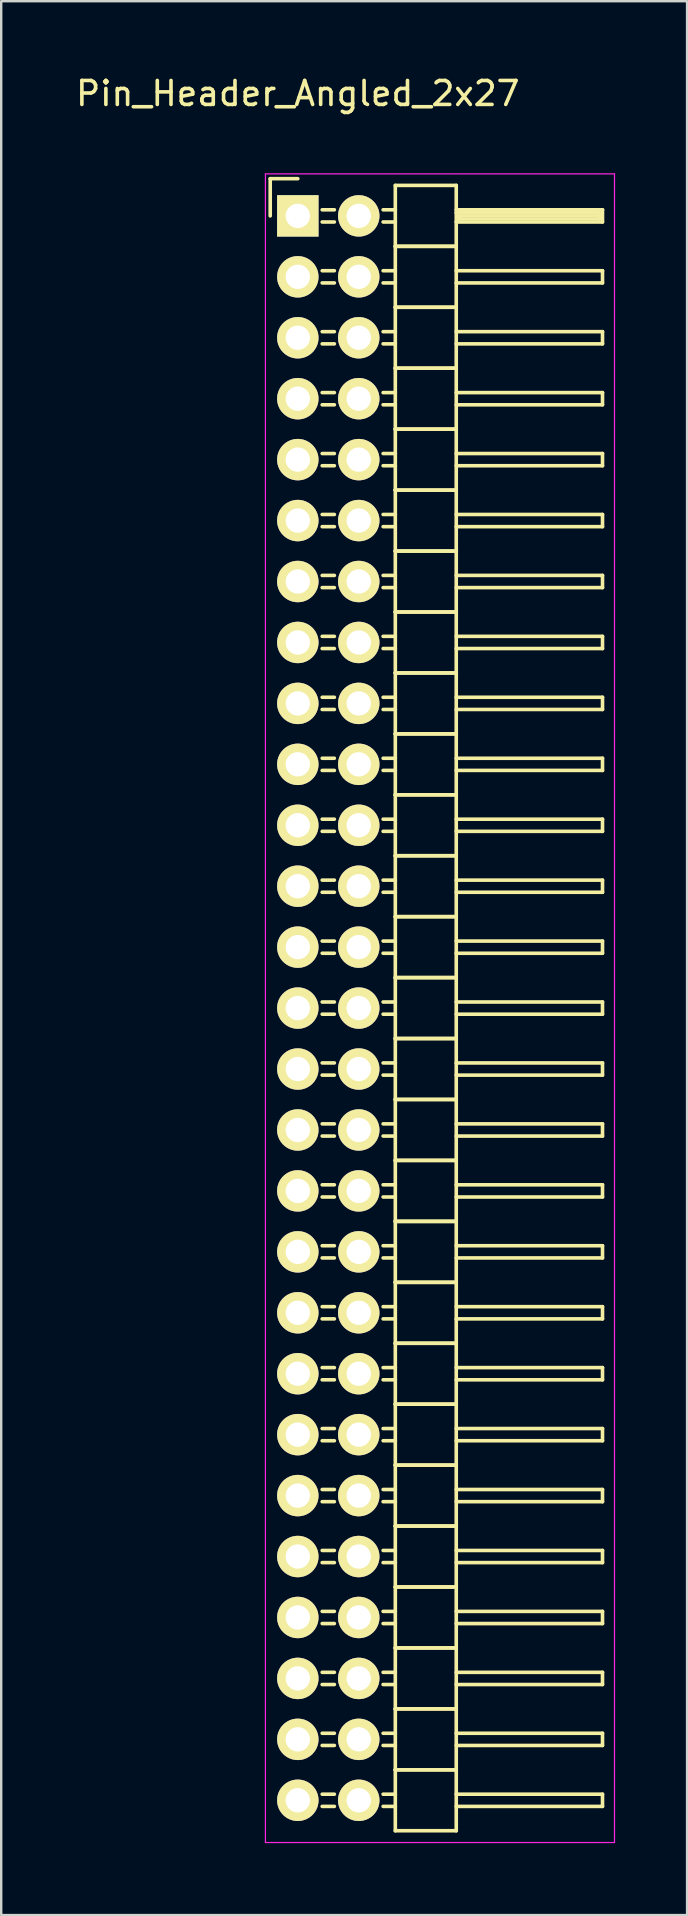
<source format=kicad_pcb>
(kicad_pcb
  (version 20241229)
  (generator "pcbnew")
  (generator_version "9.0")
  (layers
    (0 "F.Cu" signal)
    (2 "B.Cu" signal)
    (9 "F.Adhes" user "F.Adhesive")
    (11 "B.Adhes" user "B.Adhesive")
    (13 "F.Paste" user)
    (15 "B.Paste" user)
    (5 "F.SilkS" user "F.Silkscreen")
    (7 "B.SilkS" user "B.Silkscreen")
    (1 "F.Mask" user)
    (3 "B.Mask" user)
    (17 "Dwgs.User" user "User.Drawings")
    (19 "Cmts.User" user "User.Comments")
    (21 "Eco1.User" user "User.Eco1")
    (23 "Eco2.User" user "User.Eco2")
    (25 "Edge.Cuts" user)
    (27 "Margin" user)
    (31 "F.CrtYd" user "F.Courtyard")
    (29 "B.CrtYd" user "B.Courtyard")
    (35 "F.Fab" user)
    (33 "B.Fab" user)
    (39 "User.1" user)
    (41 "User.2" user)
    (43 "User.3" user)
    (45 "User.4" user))
  (footprint "Pin_Header_Angled_2x27"
    (layer "F.Cu")
    (at 9.363 5.948)
    (property "Reference" "Pin_Header_Angled_2x27" (at 0 -5.1 0) (layer "F.SilkS") (effects (font (size 1 1) (thickness 0.15))))
    (attr through_hole)
    (fp_line (start -1.15 -1.55) (end -1.15 0) (stroke (width 0.15) (type solid)) (layer "F.SilkS"))
    (fp_line (start 0 -1.55) (end -1.15 -1.55) (stroke (width 0.15) (type solid)) (layer "F.SilkS"))
    (fp_line (start 1.524 -0.254) (end 1.016 -0.254) (stroke (width 0.15) (type solid)) (layer "F.SilkS"))
    (fp_line (start 1.524 0.254) (end 1.016 0.254) (stroke (width 0.15) (type solid)) (layer "F.SilkS"))
    (fp_line (start 1.524 2.286) (end 1.016 2.286) (stroke (width 0.15) (type solid)) (layer "F.SilkS"))
    (fp_line (start 1.524 2.794) (end 1.016 2.794) (stroke (width 0.15) (type solid)) (layer "F.SilkS"))
    (fp_line (start 1.524 4.826) (end 1.016 4.826) (stroke (width 0.15) (type solid)) (layer "F.SilkS"))
    (fp_line (start 1.524 5.334) (end 1.016 5.334) (stroke (width 0.15) (type solid)) (layer "F.SilkS"))
    (fp_line (start 1.524 7.366) (end 1.016 7.366) (stroke (width 0.15) (type solid)) (layer "F.SilkS"))
    (fp_line (start 1.524 7.874) (end 1.016 7.874) (stroke (width 0.15) (type solid)) (layer "F.SilkS"))
    (fp_line (start 1.524 9.906) (end 1.016 9.906) (stroke (width 0.15) (type solid)) (layer "F.SilkS"))
    (fp_line (start 1.524 10.414) (end 1.016 10.414) (stroke (width 0.15) (type solid)) (layer "F.SilkS"))
    (fp_line (start 1.524 12.446) (end 1.016 12.446) (stroke (width 0.15) (type solid)) (layer "F.SilkS"))
    (fp_line (start 1.524 12.954) (end 1.016 12.954) (stroke (width 0.15) (type solid)) (layer "F.SilkS"))
    (fp_line (start 1.524 14.986) (end 1.016 14.986) (stroke (width 0.15) (type solid)) (layer "F.SilkS"))
    (fp_line (start 1.524 15.494) (end 1.016 15.494) (stroke (width 0.15) (type solid)) (layer "F.SilkS"))
    (fp_line (start 1.524 17.526) (end 1.016 17.526) (stroke (width 0.15) (type solid)) (layer "F.SilkS"))
    (fp_line (start 1.524 18.034) (end 1.016 18.034) (stroke (width 0.15) (type solid)) (layer "F.SilkS"))
    (fp_line (start 1.524 20.066) (end 1.016 20.066) (stroke (width 0.15) (type solid)) (layer "F.SilkS"))
    (fp_line (start 1.524 20.574) (end 1.016 20.574) (stroke (width 0.15) (type solid)) (layer "F.SilkS"))
    (fp_line (start 1.524 22.606) (end 1.016 22.606) (stroke (width 0.15) (type solid)) (layer "F.SilkS"))
    (fp_line (start 1.524 23.114) (end 1.016 23.114) (stroke (width 0.15) (type solid)) (layer "F.SilkS"))
    (fp_line (start 1.524 25.146) (end 1.016 25.146) (stroke (width 0.15) (type solid)) (layer "F.SilkS"))
    (fp_line (start 1.524 25.654) (end 1.016 25.654) (stroke (width 0.15) (type solid)) (layer "F.SilkS"))
    (fp_line (start 1.524 27.686) (end 1.016 27.686) (stroke (width 0.15) (type solid)) (layer "F.SilkS"))
    (fp_line (start 1.524 28.194) (end 1.016 28.194) (stroke (width 0.15) (type solid)) (layer "F.SilkS"))
    (fp_line (start 1.524 30.226) (end 1.016 30.226) (stroke (width 0.15) (type solid)) (layer "F.SilkS"))
    (fp_line (start 1.524 30.734) (end 1.016 30.734) (stroke (width 0.15) (type solid)) (layer "F.SilkS"))
    (fp_line (start 1.524 32.766) (end 1.016 32.766) (stroke (width 0.15) (type solid)) (layer "F.SilkS"))
    (fp_line (start 1.524 33.274) (end 1.016 33.274) (stroke (width 0.15) (type solid)) (layer "F.SilkS"))
    (fp_line (start 1.524 35.306) (end 1.016 35.306) (stroke (width 0.15) (type solid)) (layer "F.SilkS"))
    (fp_line (start 1.524 35.814) (end 1.016 35.814) (stroke (width 0.15) (type solid)) (layer "F.SilkS"))
    (fp_line (start 1.524 37.846) (end 1.016 37.846) (stroke (width 0.15) (type solid)) (layer "F.SilkS"))
    (fp_line (start 1.524 38.354) (end 1.016 38.354) (stroke (width 0.15) (type solid)) (layer "F.SilkS"))
    (fp_line (start 1.524 40.386) (end 1.016 40.386) (stroke (width 0.15) (type solid)) (layer "F.SilkS"))
    (fp_line (start 1.524 40.894) (end 1.016 40.894) (stroke (width 0.15) (type solid)) (layer "F.SilkS"))
    (fp_line (start 1.524 42.926) (end 1.016 42.926) (stroke (width 0.15) (type solid)) (layer "F.SilkS"))
    (fp_line (start 1.524 43.434) (end 1.016 43.434) (stroke (width 0.15) (type solid)) (layer "F.SilkS"))
    (fp_line (start 1.524 45.466) (end 1.016 45.466) (stroke (width 0.15) (type solid)) (layer "F.SilkS"))
    (fp_line (start 1.524 45.974) (end 1.016 45.974) (stroke (width 0.15) (type solid)) (layer "F.SilkS"))
    (fp_line (start 1.524 48.006) (end 1.016 48.006) (stroke (width 0.15) (type solid)) (layer "F.SilkS"))
    (fp_line (start 1.524 48.514) (end 1.016 48.514) (stroke (width 0.15) (type solid)) (layer "F.SilkS"))
    (fp_line (start 1.524 50.546) (end 1.016 50.546) (stroke (width 0.15) (type solid)) (layer "F.SilkS"))
    (fp_line (start 1.524 51.054) (end 1.016 51.054) (stroke (width 0.15) (type solid)) (layer "F.SilkS"))
    (fp_line (start 1.524 53.086) (end 1.016 53.086) (stroke (width 0.15) (type solid)) (layer "F.SilkS"))
    (fp_line (start 1.524 53.594) (end 1.016 53.594) (stroke (width 0.15) (type solid)) (layer "F.SilkS"))
    (fp_line (start 1.524 55.626) (end 1.016 55.626) (stroke (width 0.15) (type solid)) (layer "F.SilkS"))
    (fp_line (start 1.524 56.134) (end 1.016 56.134) (stroke (width 0.15) (type solid)) (layer "F.SilkS"))
    (fp_line (start 1.524 58.166) (end 1.016 58.166) (stroke (width 0.15) (type solid)) (layer "F.SilkS"))
    (fp_line (start 1.524 58.674) (end 1.016 58.674) (stroke (width 0.15) (type solid)) (layer "F.SilkS"))
    (fp_line (start 1.524 60.706) (end 1.016 60.706) (stroke (width 0.15) (type solid)) (layer "F.SilkS"))
    (fp_line (start 1.524 61.214) (end 1.016 61.214) (stroke (width 0.15) (type solid)) (layer "F.SilkS"))
    (fp_line (start 1.524 63.246) (end 1.016 63.246) (stroke (width 0.15) (type solid)) (layer "F.SilkS"))
    (fp_line (start 1.524 63.754) (end 1.016 63.754) (stroke (width 0.15) (type solid)) (layer "F.SilkS"))
    (fp_line (start 1.524 65.786) (end 1.016 65.786) (stroke (width 0.15) (type solid)) (layer "F.SilkS"))
    (fp_line (start 1.524 66.294) (end 1.016 66.294) (stroke (width 0.15) (type solid)) (layer "F.SilkS"))
    (fp_line (start 4.064 -1.27) (end 4.064 1.27) (stroke (width 0.15) (type solid)) (layer "F.SilkS"))
    (fp_line (start 4.064 -1.27) (end 6.604 -1.27) (stroke (width 0.15) (type solid)) (layer "F.SilkS"))
    (fp_line (start 4.064 -0.254) (end 3.556 -0.254) (stroke (width 0.15) (type solid)) (layer "F.SilkS"))
    (fp_line (start 4.064 0.254) (end 3.556 0.254) (stroke (width 0.15) (type solid)) (layer "F.SilkS"))
    (fp_line (start 4.064 1.27) (end 4.064 3.81) (stroke (width 0.15) (type solid)) (layer "F.SilkS"))
    (fp_line (start 4.064 1.27) (end 6.604 1.27) (stroke (width 0.15) (type solid)) (layer "F.SilkS"))
    (fp_line (start 4.064 1.27) (end 6.604 1.27) (stroke (width 0.15) (type solid)) (layer "F.SilkS"))
    (fp_line (start 4.064 2.286) (end 3.556 2.286) (stroke (width 0.15) (type solid)) (layer "F.SilkS"))
    (fp_line (start 4.064 2.794) (end 3.556 2.794) (stroke (width 0.15) (type solid)) (layer "F.SilkS"))
    (fp_line (start 4.064 3.81) (end 4.064 6.35) (stroke (width 0.15) (type solid)) (layer "F.SilkS"))
    (fp_line (start 4.064 3.81) (end 6.604 3.81) (stroke (width 0.15) (type solid)) (layer "F.SilkS"))
    (fp_line (start 4.064 3.81) (end 6.604 3.81) (stroke (width 0.15) (type solid)) (layer "F.SilkS"))
    (fp_line (start 4.064 4.826) (end 3.556 4.826) (stroke (width 0.15) (type solid)) (layer "F.SilkS"))
    (fp_line (start 4.064 5.334) (end 3.556 5.334) (stroke (width 0.15) (type solid)) (layer "F.SilkS"))
    (fp_line (start 4.064 6.35) (end 4.064 8.89) (stroke (width 0.15) (type solid)) (layer "F.SilkS"))
    (fp_line (start 4.064 6.35) (end 6.604 6.35) (stroke (width 0.15) (type solid)) (layer "F.SilkS"))
    (fp_line (start 4.064 6.35) (end 6.604 6.35) (stroke (width 0.15) (type solid)) (layer "F.SilkS"))
    (fp_line (start 4.064 7.366) (end 3.556 7.366) (stroke (width 0.15) (type solid)) (layer "F.SilkS"))
    (fp_line (start 4.064 7.874) (end 3.556 7.874) (stroke (width 0.15) (type solid)) (layer "F.SilkS"))
    (fp_line (start 4.064 8.89) (end 4.064 11.43) (stroke (width 0.15) (type solid)) (layer "F.SilkS"))
    (fp_line (start 4.064 8.89) (end 6.604 8.89) (stroke (width 0.15) (type solid)) (layer "F.SilkS"))
    (fp_line (start 4.064 8.89) (end 6.604 8.89) (stroke (width 0.15) (type solid)) (layer "F.SilkS"))
    (fp_line (start 4.064 9.906) (end 3.556 9.906) (stroke (width 0.15) (type solid)) (layer "F.SilkS"))
    (fp_line (start 4.064 10.414) (end 3.556 10.414) (stroke (width 0.15) (type solid)) (layer "F.SilkS"))
    (fp_line (start 4.064 11.43) (end 4.064 13.97) (stroke (width 0.15) (type solid)) (layer "F.SilkS"))
    (fp_line (start 4.064 11.43) (end 6.604 11.43) (stroke (width 0.15) (type solid)) (layer "F.SilkS"))
    (fp_line (start 4.064 11.43) (end 6.604 11.43) (stroke (width 0.15) (type solid)) (layer "F.SilkS"))
    (fp_line (start 4.064 12.446) (end 3.556 12.446) (stroke (width 0.15) (type solid)) (layer "F.SilkS"))
    (fp_line (start 4.064 12.954) (end 3.556 12.954) (stroke (width 0.15) (type solid)) (layer "F.SilkS"))
    (fp_line (start 4.064 13.97) (end 4.064 16.51) (stroke (width 0.15) (type solid)) (layer "F.SilkS"))
    (fp_line (start 4.064 13.97) (end 6.604 13.97) (stroke (width 0.15) (type solid)) (layer "F.SilkS"))
    (fp_line (start 4.064 13.97) (end 6.604 13.97) (stroke (width 0.15) (type solid)) (layer "F.SilkS"))
    (fp_line (start 4.064 14.986) (end 3.556 14.986) (stroke (width 0.15) (type solid)) (layer "F.SilkS"))
    (fp_line (start 4.064 15.494) (end 3.556 15.494) (stroke (width 0.15) (type solid)) (layer "F.SilkS"))
    (fp_line (start 4.064 16.51) (end 4.064 19.05) (stroke (width 0.15) (type solid)) (layer "F.SilkS"))
    (fp_line (start 4.064 16.51) (end 6.604 16.51) (stroke (width 0.15) (type solid)) (layer "F.SilkS"))
    (fp_line (start 4.064 16.51) (end 6.604 16.51) (stroke (width 0.15) (type solid)) (layer "F.SilkS"))
    (fp_line (start 4.064 17.526) (end 3.556 17.526) (stroke (width 0.15) (type solid)) (layer "F.SilkS"))
    (fp_line (start 4.064 18.034) (end 3.556 18.034) (stroke (width 0.15) (type solid)) (layer "F.SilkS"))
    (fp_line (start 4.064 19.05) (end 4.064 21.59) (stroke (width 0.15) (type solid)) (layer "F.SilkS"))
    (fp_line (start 4.064 19.05) (end 6.604 19.05) (stroke (width 0.15) (type solid)) (layer "F.SilkS"))
    (fp_line (start 4.064 19.05) (end 6.604 19.05) (stroke (width 0.15) (type solid)) (layer "F.SilkS"))
    (fp_line (start 4.064 20.066) (end 3.556 20.066) (stroke (width 0.15) (type solid)) (layer "F.SilkS"))
    (fp_line (start 4.064 20.574) (end 3.556 20.574) (stroke (width 0.15) (type solid)) (layer "F.SilkS"))
    (fp_line (start 4.064 21.59) (end 4.064 24.13) (stroke (width 0.15) (type solid)) (layer "F.SilkS"))
    (fp_line (start 4.064 21.59) (end 6.604 21.59) (stroke (width 0.15) (type solid)) (layer "F.SilkS"))
    (fp_line (start 4.064 21.59) (end 6.604 21.59) (stroke (width 0.15) (type solid)) (layer "F.SilkS"))
    (fp_line (start 4.064 22.606) (end 3.556 22.606) (stroke (width 0.15) (type solid)) (layer "F.SilkS"))
    (fp_line (start 4.064 23.114) (end 3.556 23.114) (stroke (width 0.15) (type solid)) (layer "F.SilkS"))
    (fp_line (start 4.064 24.13) (end 4.064 26.67) (stroke (width 0.15) (type solid)) (layer "F.SilkS"))
    (fp_line (start 4.064 24.13) (end 6.604 24.13) (stroke (width 0.15) (type solid)) (layer "F.SilkS"))
    (fp_line (start 4.064 24.13) (end 6.604 24.13) (stroke (width 0.15) (type solid)) (layer "F.SilkS"))
    (fp_line (start 4.064 25.146) (end 3.556 25.146) (stroke (width 0.15) (type solid)) (layer "F.SilkS"))
    (fp_line (start 4.064 25.654) (end 3.556 25.654) (stroke (width 0.15) (type solid)) (layer "F.SilkS"))
    (fp_line (start 4.064 26.67) (end 4.064 29.21) (stroke (width 0.15) (type solid)) (layer "F.SilkS"))
    (fp_line (start 4.064 26.67) (end 6.604 26.67) (stroke (width 0.15) (type solid)) (layer "F.SilkS"))
    (fp_line (start 4.064 26.67) (end 6.604 26.67) (stroke (width 0.15) (type solid)) (layer "F.SilkS"))
    (fp_line (start 4.064 27.686) (end 3.556 27.686) (stroke (width 0.15) (type solid)) (layer "F.SilkS"))
    (fp_line (start 4.064 28.194) (end 3.556 28.194) (stroke (width 0.15) (type solid)) (layer "F.SilkS"))
    (fp_line (start 4.064 29.21) (end 4.064 31.75) (stroke (width 0.15) (type solid)) (layer "F.SilkS"))
    (fp_line (start 4.064 29.21) (end 6.604 29.21) (stroke (width 0.15) (type solid)) (layer "F.SilkS"))
    (fp_line (start 4.064 29.21) (end 6.604 29.21) (stroke (width 0.15) (type solid)) (layer "F.SilkS"))
    (fp_line (start 4.064 30.226) (end 3.556 30.226) (stroke (width 0.15) (type solid)) (layer "F.SilkS"))
    (fp_line (start 4.064 30.734) (end 3.556 30.734) (stroke (width 0.15) (type solid)) (layer "F.SilkS"))
    (fp_line (start 4.064 31.75) (end 4.064 34.29) (stroke (width 0.15) (type solid)) (layer "F.SilkS"))
    (fp_line (start 4.064 31.75) (end 6.604 31.75) (stroke (width 0.15) (type solid)) (layer "F.SilkS"))
    (fp_line (start 4.064 31.75) (end 6.604 31.75) (stroke (width 0.15) (type solid)) (layer "F.SilkS"))
    (fp_line (start 4.064 32.766) (end 3.556 32.766) (stroke (width 0.15) (type solid)) (layer "F.SilkS"))
    (fp_line (start 4.064 33.274) (end 3.556 33.274) (stroke (width 0.15) (type solid)) (layer "F.SilkS"))
    (fp_line (start 4.064 34.29) (end 4.064 36.83) (stroke (width 0.15) (type solid)) (layer "F.SilkS"))
    (fp_line (start 4.064 34.29) (end 6.604 34.29) (stroke (width 0.15) (type solid)) (layer "F.SilkS"))
    (fp_line (start 4.064 34.29) (end 6.604 34.29) (stroke (width 0.15) (type solid)) (layer "F.SilkS"))
    (fp_line (start 4.064 35.306) (end 3.556 35.306) (stroke (width 0.15) (type solid)) (layer "F.SilkS"))
    (fp_line (start 4.064 35.814) (end 3.556 35.814) (stroke (width 0.15) (type solid)) (layer "F.SilkS"))
    (fp_line (start 4.064 36.83) (end 4.064 39.37) (stroke (width 0.15) (type solid)) (layer "F.SilkS"))
    (fp_line (start 4.064 36.83) (end 6.604 36.83) (stroke (width 0.15) (type solid)) (layer "F.SilkS"))
    (fp_line (start 4.064 36.83) (end 6.604 36.83) (stroke (width 0.15) (type solid)) (layer "F.SilkS"))
    (fp_line (start 4.064 37.846) (end 3.556 37.846) (stroke (width 0.15) (type solid)) (layer "F.SilkS"))
    (fp_line (start 4.064 38.354) (end 3.556 38.354) (stroke (width 0.15) (type solid)) (layer "F.SilkS"))
    (fp_line (start 4.064 39.37) (end 4.064 41.91) (stroke (width 0.15) (type solid)) (layer "F.SilkS"))
    (fp_line (start 4.064 39.37) (end 6.604 39.37) (stroke (width 0.15) (type solid)) (layer "F.SilkS"))
    (fp_line (start 4.064 39.37) (end 6.604 39.37) (stroke (width 0.15) (type solid)) (layer "F.SilkS"))
    (fp_line (start 4.064 40.386) (end 3.556 40.386) (stroke (width 0.15) (type solid)) (layer "F.SilkS"))
    (fp_line (start 4.064 40.894) (end 3.556 40.894) (stroke (width 0.15) (type solid)) (layer "F.SilkS"))
    (fp_line (start 4.064 41.91) (end 4.064 44.45) (stroke (width 0.15) (type solid)) (layer "F.SilkS"))
    (fp_line (start 4.064 41.91) (end 6.604 41.91) (stroke (width 0.15) (type solid)) (layer "F.SilkS"))
    (fp_line (start 4.064 41.91) (end 6.604 41.91) (stroke (width 0.15) (type solid)) (layer "F.SilkS"))
    (fp_line (start 4.064 42.926) (end 3.556 42.926) (stroke (width 0.15) (type solid)) (layer "F.SilkS"))
    (fp_line (start 4.064 43.434) (end 3.556 43.434) (stroke (width 0.15) (type solid)) (layer "F.SilkS"))
    (fp_line (start 4.064 44.45) (end 4.064 46.99) (stroke (width 0.15) (type solid)) (layer "F.SilkS"))
    (fp_line (start 4.064 44.45) (end 6.604 44.45) (stroke (width 0.15) (type solid)) (layer "F.SilkS"))
    (fp_line (start 4.064 44.45) (end 6.604 44.45) (stroke (width 0.15) (type solid)) (layer "F.SilkS"))
    (fp_line (start 4.064 45.466) (end 3.556 45.466) (stroke (width 0.15) (type solid)) (layer "F.SilkS"))
    (fp_line (start 4.064 45.974) (end 3.556 45.974) (stroke (width 0.15) (type solid)) (layer "F.SilkS"))
    (fp_line (start 4.064 46.99) (end 4.064 49.53) (stroke (width 0.15) (type solid)) (layer "F.SilkS"))
    (fp_line (start 4.064 46.99) (end 6.604 46.99) (stroke (width 0.15) (type solid)) (layer "F.SilkS"))
    (fp_line (start 4.064 46.99) (end 6.604 46.99) (stroke (width 0.15) (type solid)) (layer "F.SilkS"))
    (fp_line (start 4.064 48.006) (end 3.556 48.006) (stroke (width 0.15) (type solid)) (layer "F.SilkS"))
    (fp_line (start 4.064 48.514) (end 3.556 48.514) (stroke (width 0.15) (type solid)) (layer "F.SilkS"))
    (fp_line (start 4.064 49.53) (end 4.064 52.07) (stroke (width 0.15) (type solid)) (layer "F.SilkS"))
    (fp_line (start 4.064 49.53) (end 6.604 49.53) (stroke (width 0.15) (type solid)) (layer "F.SilkS"))
    (fp_line (start 4.064 49.53) (end 6.604 49.53) (stroke (width 0.15) (type solid)) (layer "F.SilkS"))
    (fp_line (start 4.064 50.546) (end 3.556 50.546) (stroke (width 0.15) (type solid)) (layer "F.SilkS"))
    (fp_line (start 4.064 51.054) (end 3.556 51.054) (stroke (width 0.15) (type solid)) (layer "F.SilkS"))
    (fp_line (start 4.064 52.07) (end 4.064 54.61) (stroke (width 0.15) (type solid)) (layer "F.SilkS"))
    (fp_line (start 4.064 52.07) (end 6.604 52.07) (stroke (width 0.15) (type solid)) (layer "F.SilkS"))
    (fp_line (start 4.064 52.07) (end 6.604 52.07) (stroke (width 0.15) (type solid)) (layer "F.SilkS"))
    (fp_line (start 4.064 53.086) (end 3.556 53.086) (stroke (width 0.15) (type solid)) (layer "F.SilkS"))
    (fp_line (start 4.064 53.594) (end 3.556 53.594) (stroke (width 0.15) (type solid)) (layer "F.SilkS"))
    (fp_line (start 4.064 54.61) (end 4.064 57.15) (stroke (width 0.15) (type solid)) (layer "F.SilkS"))
    (fp_line (start 4.064 54.61) (end 6.604 54.61) (stroke (width 0.15) (type solid)) (layer "F.SilkS"))
    (fp_line (start 4.064 54.61) (end 6.604 54.61) (stroke (width 0.15) (type solid)) (layer "F.SilkS"))
    (fp_line (start 4.064 55.626) (end 3.556 55.626) (stroke (width 0.15) (type solid)) (layer "F.SilkS"))
    (fp_line (start 4.064 56.134) (end 3.556 56.134) (stroke (width 0.15) (type solid)) (layer "F.SilkS"))
    (fp_line (start 4.064 57.15) (end 4.064 59.69) (stroke (width 0.15) (type solid)) (layer "F.SilkS"))
    (fp_line (start 4.064 57.15) (end 6.604 57.15) (stroke (width 0.15) (type solid)) (layer "F.SilkS"))
    (fp_line (start 4.064 57.15) (end 6.604 57.15) (stroke (width 0.15) (type solid)) (layer "F.SilkS"))
    (fp_line (start 4.064 58.166) (end 3.556 58.166) (stroke (width 0.15) (type solid)) (layer "F.SilkS"))
    (fp_line (start 4.064 58.674) (end 3.556 58.674) (stroke (width 0.15) (type solid)) (layer "F.SilkS"))
    (fp_line (start 4.064 59.69) (end 4.064 62.23) (stroke (width 0.15) (type solid)) (layer "F.SilkS"))
    (fp_line (start 4.064 59.69) (end 6.604 59.69) (stroke (width 0.15) (type solid)) (layer "F.SilkS"))
    (fp_line (start 4.064 59.69) (end 6.604 59.69) (stroke (width 0.15) (type solid)) (layer "F.SilkS"))
    (fp_line (start 4.064 60.706) (end 3.556 60.706) (stroke (width 0.15) (type solid)) (layer "F.SilkS"))
    (fp_line (start 4.064 61.214) (end 3.556 61.214) (stroke (width 0.15) (type solid)) (layer "F.SilkS"))
    (fp_line (start 4.064 62.23) (end 4.064 64.77) (stroke (width 0.15) (type solid)) (layer "F.SilkS"))
    (fp_line (start 4.064 62.23) (end 6.604 62.23) (stroke (width 0.15) (type solid)) (layer "F.SilkS"))
    (fp_line (start 4.064 62.23) (end 6.604 62.23) (stroke (width 0.15) (type solid)) (layer "F.SilkS"))
    (fp_line (start 4.064 63.246) (end 3.556 63.246) (stroke (width 0.15) (type solid)) (layer "F.SilkS"))
    (fp_line (start 4.064 63.754) (end 3.556 63.754) (stroke (width 0.15) (type solid)) (layer "F.SilkS"))
    (fp_line (start 4.064 64.77) (end 4.064 67.31) (stroke (width 0.15) (type solid)) (layer "F.SilkS"))
    (fp_line (start 4.064 64.77) (end 6.604 64.77) (stroke (width 0.15) (type solid)) (layer "F.SilkS"))
    (fp_line (start 4.064 64.77) (end 6.604 64.77) (stroke (width 0.15) (type solid)) (layer "F.SilkS"))
    (fp_line (start 4.064 65.786) (end 3.556 65.786) (stroke (width 0.15) (type solid)) (layer "F.SilkS"))
    (fp_line (start 4.064 66.294) (end 3.556 66.294) (stroke (width 0.15) (type solid)) (layer "F.SilkS"))
    (fp_line (start 4.064 67.31) (end 6.604 67.31) (stroke (width 0.15) (type solid)) (layer "F.SilkS"))
    (fp_line (start 6.604 -0.254) (end 12.7 -0.254) (stroke (width 0.15) (type solid)) (layer "F.SilkS"))
    (fp_line (start 6.604 -0.127) (end 12.573 -0.127) (stroke (width 0.15) (type solid)) (layer "F.SilkS"))
    (fp_line (start 6.604 1.27) (end 6.604 -1.27) (stroke (width 0.15) (type solid)) (layer "F.SilkS"))
    (fp_line (start 6.604 2.286) (end 12.7 2.286) (stroke (width 0.15) (type solid)) (layer "F.SilkS"))
    (fp_line (start 6.604 3.81) (end 6.604 1.27) (stroke (width 0.15) (type solid)) (layer "F.SilkS"))
    (fp_line (start 6.604 4.826) (end 12.7 4.826) (stroke (width 0.15) (type solid)) (layer "F.SilkS"))
    (fp_line (start 6.604 6.35) (end 6.604 3.81) (stroke (width 0.15) (type solid)) (layer "F.SilkS"))
    (fp_line (start 6.604 7.366) (end 12.7 7.366) (stroke (width 0.15) (type solid)) (layer "F.SilkS"))
    (fp_line (start 6.604 8.89) (end 6.604 6.35) (stroke (width 0.15) (type solid)) (layer "F.SilkS"))
    (fp_line (start 6.604 9.906) (end 12.7 9.906) (stroke (width 0.15) (type solid)) (layer "F.SilkS"))
    (fp_line (start 6.604 11.43) (end 6.604 8.89) (stroke (width 0.15) (type solid)) (layer "F.SilkS"))
    (fp_line (start 6.604 12.446) (end 12.7 12.446) (stroke (width 0.15) (type solid)) (layer "F.SilkS"))
    (fp_line (start 6.604 13.97) (end 6.604 11.43) (stroke (width 0.15) (type solid)) (layer "F.SilkS"))
    (fp_line (start 6.604 14.986) (end 12.7 14.986) (stroke (width 0.15) (type solid)) (layer "F.SilkS"))
    (fp_line (start 6.604 16.51) (end 6.604 13.97) (stroke (width 0.15) (type solid)) (layer "F.SilkS"))
    (fp_line (start 6.604 17.526) (end 12.7 17.526) (stroke (width 0.15) (type solid)) (layer "F.SilkS"))
    (fp_line (start 6.604 19.05) (end 6.604 16.51) (stroke (width 0.15) (type solid)) (layer "F.SilkS"))
    (fp_line (start 6.604 20.066) (end 12.7 20.066) (stroke (width 0.15) (type solid)) (layer "F.SilkS"))
    (fp_line (start 6.604 21.59) (end 6.604 19.05) (stroke (width 0.15) (type solid)) (layer "F.SilkS"))
    (fp_line (start 6.604 22.606) (end 12.7 22.606) (stroke (width 0.15) (type solid)) (layer "F.SilkS"))
    (fp_line (start 6.604 24.13) (end 6.604 21.59) (stroke (width 0.15) (type solid)) (layer "F.SilkS"))
    (fp_line (start 6.604 25.146) (end 12.7 25.146) (stroke (width 0.15) (type solid)) (layer "F.SilkS"))
    (fp_line (start 6.604 26.67) (end 6.604 24.13) (stroke (width 0.15) (type solid)) (layer "F.SilkS"))
    (fp_line (start 6.604 27.686) (end 12.7 27.686) (stroke (width 0.15) (type solid)) (layer "F.SilkS"))
    (fp_line (start 6.604 29.21) (end 6.604 26.67) (stroke (width 0.15) (type solid)) (layer "F.SilkS"))
    (fp_line (start 6.604 30.226) (end 12.7 30.226) (stroke (width 0.15) (type solid)) (layer "F.SilkS"))
    (fp_line (start 6.604 31.75) (end 6.604 29.21) (stroke (width 0.15) (type solid)) (layer "F.SilkS"))
    (fp_line (start 6.604 32.766) (end 12.7 32.766) (stroke (width 0.15) (type solid)) (layer "F.SilkS"))
    (fp_line (start 6.604 34.29) (end 6.604 31.75) (stroke (width 0.15) (type solid)) (layer "F.SilkS"))
    (fp_line (start 6.604 35.306) (end 12.7 35.306) (stroke (width 0.15) (type solid)) (layer "F.SilkS"))
    (fp_line (start 6.604 36.83) (end 6.604 34.29) (stroke (width 0.15) (type solid)) (layer "F.SilkS"))
    (fp_line (start 6.604 37.846) (end 12.7 37.846) (stroke (width 0.15) (type solid)) (layer "F.SilkS"))
    (fp_line (start 6.604 39.37) (end 6.604 36.83) (stroke (width 0.15) (type solid)) (layer "F.SilkS"))
    (fp_line (start 6.604 40.386) (end 12.7 40.386) (stroke (width 0.15) (type solid)) (layer "F.SilkS"))
    (fp_line (start 6.604 41.91) (end 6.604 39.37) (stroke (width 0.15) (type solid)) (layer "F.SilkS"))
    (fp_line (start 6.604 42.926) (end 12.7 42.926) (stroke (width 0.15) (type solid)) (layer "F.SilkS"))
    (fp_line (start 6.604 44.45) (end 6.604 41.91) (stroke (width 0.15) (type solid)) (layer "F.SilkS"))
    (fp_line (start 6.604 45.466) (end 12.7 45.466) (stroke (width 0.15) (type solid)) (layer "F.SilkS"))
    (fp_line (start 6.604 46.99) (end 6.604 44.45) (stroke (width 0.15) (type solid)) (layer "F.SilkS"))
    (fp_line (start 6.604 48.006) (end 12.7 48.006) (stroke (width 0.15) (type solid)) (layer "F.SilkS"))
    (fp_line (start 6.604 49.53) (end 6.604 46.99) (stroke (width 0.15) (type solid)) (layer "F.SilkS"))
    (fp_line (start 6.604 50.546) (end 12.7 50.546) (stroke (width 0.15) (type solid)) (layer "F.SilkS"))
    (fp_line (start 6.604 52.07) (end 6.604 49.53) (stroke (width 0.15) (type solid)) (layer "F.SilkS"))
    (fp_line (start 6.604 53.086) (end 12.7 53.086) (stroke (width 0.15) (type solid)) (layer "F.SilkS"))
    (fp_line (start 6.604 54.61) (end 6.604 52.07) (stroke (width 0.15) (type solid)) (layer "F.SilkS"))
    (fp_line (start 6.604 55.626) (end 12.7 55.626) (stroke (width 0.15) (type solid)) (layer "F.SilkS"))
    (fp_line (start 6.604 57.15) (end 6.604 54.61) (stroke (width 0.15) (type solid)) (layer "F.SilkS"))
    (fp_line (start 6.604 58.166) (end 12.7 58.166) (stroke (width 0.15) (type solid)) (layer "F.SilkS"))
    (fp_line (start 6.604 59.69) (end 6.604 57.15) (stroke (width 0.15) (type solid)) (layer "F.SilkS"))
    (fp_line (start 6.604 60.706) (end 12.7 60.706) (stroke (width 0.15) (type solid)) (layer "F.SilkS"))
    (fp_line (start 6.604 62.23) (end 6.604 59.69) (stroke (width 0.15) (type solid)) (layer "F.SilkS"))
    (fp_line (start 6.604 63.246) (end 12.7 63.246) (stroke (width 0.15) (type solid)) (layer "F.SilkS"))
    (fp_line (start 6.604 64.77) (end 6.604 62.23) (stroke (width 0.15) (type solid)) (layer "F.SilkS"))
    (fp_line (start 6.604 65.786) (end 12.7 65.786) (stroke (width 0.15) (type solid)) (layer "F.SilkS"))
    (fp_line (start 6.604 67.31) (end 6.604 64.77) (stroke (width 0.15) (type solid)) (layer "F.SilkS"))
    (fp_line (start 6.731 0) (end 12.573 0) (stroke (width 0.15) (type solid)) (layer "F.SilkS"))
    (fp_line (start 6.731 0.127) (end 6.731 0) (stroke (width 0.15) (type solid)) (layer "F.SilkS"))
    (fp_line (start 12.573 -0.127) (end 12.573 0.127) (stroke (width 0.15) (type solid)) (layer "F.SilkS"))
    (fp_line (start 12.573 0.127) (end 6.731 0.127) (stroke (width 0.15) (type solid)) (layer "F.SilkS"))
    (fp_line (start 12.7 -0.254) (end 12.7 0.254) (stroke (width 0.15) (type solid)) (layer "F.SilkS"))
    (fp_line (start 12.7 0.254) (end 6.604 0.254) (stroke (width 0.15) (type solid)) (layer "F.SilkS"))
    (fp_line (start 12.7 2.286) (end 12.7 2.794) (stroke (width 0.15) (type solid)) (layer "F.SilkS"))
    (fp_line (start 12.7 2.794) (end 6.604 2.794) (stroke (width 0.15) (type solid)) (layer "F.SilkS"))
    (fp_line (start 12.7 4.826) (end 12.7 5.334) (stroke (width 0.15) (type solid)) (layer "F.SilkS"))
    (fp_line (start 12.7 5.334) (end 6.604 5.334) (stroke (width 0.15) (type solid)) (layer "F.SilkS"))
    (fp_line (start 12.7 7.366) (end 12.7 7.874) (stroke (width 0.15) (type solid)) (layer "F.SilkS"))
    (fp_line (start 12.7 7.874) (end 6.604 7.874) (stroke (width 0.15) (type solid)) (layer "F.SilkS"))
    (fp_line (start 12.7 9.906) (end 12.7 10.414) (stroke (width 0.15) (type solid)) (layer "F.SilkS"))
    (fp_line (start 12.7 10.414) (end 6.604 10.414) (stroke (width 0.15) (type solid)) (layer "F.SilkS"))
    (fp_line (start 12.7 12.446) (end 12.7 12.954) (stroke (width 0.15) (type solid)) (layer "F.SilkS"))
    (fp_line (start 12.7 12.954) (end 6.604 12.954) (stroke (width 0.15) (type solid)) (layer "F.SilkS"))
    (fp_line (start 12.7 14.986) (end 12.7 15.494) (stroke (width 0.15) (type solid)) (layer "F.SilkS"))
    (fp_line (start 12.7 15.494) (end 6.604 15.494) (stroke (width 0.15) (type solid)) (layer "F.SilkS"))
    (fp_line (start 12.7 17.526) (end 12.7 18.034) (stroke (width 0.15) (type solid)) (layer "F.SilkS"))
    (fp_line (start 12.7 18.034) (end 6.604 18.034) (stroke (width 0.15) (type solid)) (layer "F.SilkS"))
    (fp_line (start 12.7 20.066) (end 12.7 20.574) (stroke (width 0.15) (type solid)) (layer "F.SilkS"))
    (fp_line (start 12.7 20.574) (end 6.604 20.574) (stroke (width 0.15) (type solid)) (layer "F.SilkS"))
    (fp_line (start 12.7 22.606) (end 12.7 23.114) (stroke (width 0.15) (type solid)) (layer "F.SilkS"))
    (fp_line (start 12.7 23.114) (end 6.604 23.114) (stroke (width 0.15) (type solid)) (layer "F.SilkS"))
    (fp_line (start 12.7 25.146) (end 12.7 25.654) (stroke (width 0.15) (type solid)) (layer "F.SilkS"))
    (fp_line (start 12.7 25.654) (end 6.604 25.654) (stroke (width 0.15) (type solid)) (layer "F.SilkS"))
    (fp_line (start 12.7 27.686) (end 12.7 28.194) (stroke (width 0.15) (type solid)) (layer "F.SilkS"))
    (fp_line (start 12.7 28.194) (end 6.604 28.194) (stroke (width 0.15) (type solid)) (layer "F.SilkS"))
    (fp_line (start 12.7 30.226) (end 12.7 30.734) (stroke (width 0.15) (type solid)) (layer "F.SilkS"))
    (fp_line (start 12.7 30.734) (end 6.604 30.734) (stroke (width 0.15) (type solid)) (layer "F.SilkS"))
    (fp_line (start 12.7 32.766) (end 12.7 33.274) (stroke (width 0.15) (type solid)) (layer "F.SilkS"))
    (fp_line (start 12.7 33.274) (end 6.604 33.274) (stroke (width 0.15) (type solid)) (layer "F.SilkS"))
    (fp_line (start 12.7 35.306) (end 12.7 35.814) (stroke (width 0.15) (type solid)) (layer "F.SilkS"))
    (fp_line (start 12.7 35.814) (end 6.604 35.814) (stroke (width 0.15) (type solid)) (layer "F.SilkS"))
    (fp_line (start 12.7 37.846) (end 12.7 38.354) (stroke (width 0.15) (type solid)) (layer "F.SilkS"))
    (fp_line (start 12.7 38.354) (end 6.604 38.354) (stroke (width 0.15) (type solid)) (layer "F.SilkS"))
    (fp_line (start 12.7 40.386) (end 12.7 40.894) (stroke (width 0.15) (type solid)) (layer "F.SilkS"))
    (fp_line (start 12.7 40.894) (end 6.604 40.894) (stroke (width 0.15) (type solid)) (layer "F.SilkS"))
    (fp_line (start 12.7 42.926) (end 12.7 43.434) (stroke (width 0.15) (type solid)) (layer "F.SilkS"))
    (fp_line (start 12.7 43.434) (end 6.604 43.434) (stroke (width 0.15) (type solid)) (layer "F.SilkS"))
    (fp_line (start 12.7 45.466) (end 12.7 45.974) (stroke (width 0.15) (type solid)) (layer "F.SilkS"))
    (fp_line (start 12.7 45.974) (end 6.604 45.974) (stroke (width 0.15) (type solid)) (layer "F.SilkS"))
    (fp_line (start 12.7 48.006) (end 12.7 48.514) (stroke (width 0.15) (type solid)) (layer "F.SilkS"))
    (fp_line (start 12.7 48.514) (end 6.604 48.514) (stroke (width 0.15) (type solid)) (layer "F.SilkS"))
    (fp_line (start 12.7 50.546) (end 12.7 51.054) (stroke (width 0.15) (type solid)) (layer "F.SilkS"))
    (fp_line (start 12.7 51.054) (end 6.604 51.054) (stroke (width 0.15) (type solid)) (layer "F.SilkS"))
    (fp_line (start 12.7 53.086) (end 12.7 53.594) (stroke (width 0.15) (type solid)) (layer "F.SilkS"))
    (fp_line (start 12.7 53.594) (end 6.604 53.594) (stroke (width 0.15) (type solid)) (layer "F.SilkS"))
    (fp_line (start 12.7 55.626) (end 12.7 56.134) (stroke (width 0.15) (type solid)) (layer "F.SilkS"))
    (fp_line (start 12.7 56.134) (end 6.604 56.134) (stroke (width 0.15) (type solid)) (layer "F.SilkS"))
    (fp_line (start 12.7 58.166) (end 12.7 58.674) (stroke (width 0.15) (type solid)) (layer "F.SilkS"))
    (fp_line (start 12.7 58.674) (end 6.604 58.674) (stroke (width 0.15) (type solid)) (layer "F.SilkS"))
    (fp_line (start 12.7 60.706) (end 12.7 61.214) (stroke (width 0.15) (type solid)) (layer "F.SilkS"))
    (fp_line (start 12.7 61.214) (end 6.604 61.214) (stroke (width 0.15) (type solid)) (layer "F.SilkS"))
    (fp_line (start 12.7 63.246) (end 12.7 63.754) (stroke (width 0.15) (type solid)) (layer "F.SilkS"))
    (fp_line (start 12.7 63.754) (end 6.604 63.754) (stroke (width 0.15) (type solid)) (layer "F.SilkS"))
    (fp_line (start 12.7 65.786) (end 12.7 66.294) (stroke (width 0.15) (type solid)) (layer "F.SilkS"))
    (fp_line (start 12.7 66.294) (end 6.604 66.294) (stroke (width 0.15) (type solid)) (layer "F.SilkS"))
    (fp_line (start -1.35 -1.75) (end -1.35 67.8) (stroke (width 0.05) (type solid)) (layer "F.CrtYd"))
    (fp_line (start -1.35 -1.75) (end 13.2 -1.75) (stroke (width 0.05) (type solid)) (layer "F.CrtYd"))
    (fp_line (start -1.35 67.8) (end 13.2 67.8) (stroke (width 0.05) (type solid)) (layer "F.CrtYd"))
    (fp_line (start 13.2 -1.75) (end 13.2 67.8) (stroke (width 0.05) (type solid)) (layer "F.CrtYd"))
    (pad "1" thru_hole rect (at 0 0) (size 1.727 1.727) (drill 1.016) (layers "*.Cu" "*.Mask" "F.SilkS"))
    (pad "2" thru_hole oval (at 2.54 0) (size 1.727 1.727) (drill 1.016) (layers "*.Cu" "*.Mask" "F.SilkS"))
    (pad "3" thru_hole oval (at 0 2.54) (size 1.727 1.727) (drill 1.016) (layers "*.Cu" "*.Mask" "F.SilkS"))
    (pad "4" thru_hole oval (at 2.54 2.54) (size 1.727 1.727) (drill 1.016) (layers "*.Cu" "*.Mask" "F.SilkS"))
    (pad "5" thru_hole oval (at 0 5.08) (size 1.727 1.727) (drill 1.016) (layers "*.Cu" "*.Mask" "F.SilkS"))
    (pad "6" thru_hole oval (at 2.54 5.08) (size 1.727 1.727) (drill 1.016) (layers "*.Cu" "*.Mask" "F.SilkS"))
    (pad "7" thru_hole oval (at 0 7.62) (size 1.727 1.727) (drill 1.016) (layers "*.Cu" "*.Mask" "F.SilkS"))
    (pad "8" thru_hole oval (at 2.54 7.62) (size 1.727 1.727) (drill 1.016) (layers "*.Cu" "*.Mask" "F.SilkS"))
    (pad "9" thru_hole oval (at 0 10.16) (size 1.727 1.727) (drill 1.016) (layers "*.Cu" "*.Mask" "F.SilkS"))
    (pad "10" thru_hole oval (at 2.54 10.16) (size 1.727 1.727) (drill 1.016) (layers "*.Cu" "*.Mask" "F.SilkS"))
    (pad "11" thru_hole oval (at 0 12.7) (size 1.727 1.727) (drill 1.016) (layers "*.Cu" "*.Mask" "F.SilkS"))
    (pad "12" thru_hole oval (at 2.54 12.7) (size 1.727 1.727) (drill 1.016) (layers "*.Cu" "*.Mask" "F.SilkS"))
    (pad "13" thru_hole oval (at 0 15.24) (size 1.727 1.727) (drill 1.016) (layers "*.Cu" "*.Mask" "F.SilkS"))
    (pad "14" thru_hole oval (at 2.54 15.24) (size 1.727 1.727) (drill 1.016) (layers "*.Cu" "*.Mask" "F.SilkS"))
    (pad "15" thru_hole oval (at 0 17.78) (size 1.727 1.727) (drill 1.016) (layers "*.Cu" "*.Mask" "F.SilkS"))
    (pad "16" thru_hole oval (at 2.54 17.78) (size 1.727 1.727) (drill 1.016) (layers "*.Cu" "*.Mask" "F.SilkS"))
    (pad "17" thru_hole oval (at 0 20.32) (size 1.727 1.727) (drill 1.016) (layers "*.Cu" "*.Mask" "F.SilkS"))
    (pad "18" thru_hole oval (at 2.54 20.32) (size 1.727 1.727) (drill 1.016) (layers "*.Cu" "*.Mask" "F.SilkS"))
    (pad "19" thru_hole oval (at 0 22.86) (size 1.727 1.727) (drill 1.016) (layers "*.Cu" "*.Mask" "F.SilkS"))
    (pad "20" thru_hole oval (at 2.54 22.86) (size 1.727 1.727) (drill 1.016) (layers "*.Cu" "*.Mask" "F.SilkS"))
    (pad "21" thru_hole oval (at 0 25.4) (size 1.727 1.727) (drill 1.016) (layers "*.Cu" "*.Mask" "F.SilkS"))
    (pad "22" thru_hole oval (at 2.54 25.4) (size 1.727 1.727) (drill 1.016) (layers "*.Cu" "*.Mask" "F.SilkS"))
    (pad "23" thru_hole oval (at 0 27.94) (size 1.727 1.727) (drill 1.016) (layers "*.Cu" "*.Mask" "F.SilkS"))
    (pad "24" thru_hole oval (at 2.54 27.94) (size 1.727 1.727) (drill 1.016) (layers "*.Cu" "*.Mask" "F.SilkS"))
    (pad "25" thru_hole oval (at 0 30.48) (size 1.727 1.727) (drill 1.016) (layers "*.Cu" "*.Mask" "F.SilkS"))
    (pad "26" thru_hole oval (at 2.54 30.48) (size 1.727 1.727) (drill 1.016) (layers "*.Cu" "*.Mask" "F.SilkS"))
    (pad "27" thru_hole oval (at 0 33.02) (size 1.727 1.727) (drill 1.016) (layers "*.Cu" "*.Mask" "F.SilkS"))
    (pad "28" thru_hole oval (at 2.54 33.02) (size 1.727 1.727) (drill 1.016) (layers "*.Cu" "*.Mask" "F.SilkS"))
    (pad "29" thru_hole oval (at 0 35.56) (size 1.727 1.727) (drill 1.016) (layers "*.Cu" "*.Mask" "F.SilkS"))
    (pad "30" thru_hole oval (at 2.54 35.56) (size 1.727 1.727) (drill 1.016) (layers "*.Cu" "*.Mask" "F.SilkS"))
    (pad "31" thru_hole oval (at 0 38.1) (size 1.727 1.727) (drill 1.016) (layers "*.Cu" "*.Mask" "F.SilkS"))
    (pad "32" thru_hole oval (at 2.54 38.1) (size 1.727 1.727) (drill 1.016) (layers "*.Cu" "*.Mask" "F.SilkS"))
    (pad "33" thru_hole oval (at 0 40.64) (size 1.727 1.727) (drill 1.016) (layers "*.Cu" "*.Mask" "F.SilkS"))
    (pad "34" thru_hole oval (at 2.54 40.64) (size 1.727 1.727) (drill 1.016) (layers "*.Cu" "*.Mask" "F.SilkS"))
    (pad "35" thru_hole oval (at 0 43.18) (size 1.727 1.727) (drill 1.016) (layers "*.Cu" "*.Mask" "F.SilkS"))
    (pad "36" thru_hole oval (at 2.54 43.18) (size 1.727 1.727) (drill 1.016) (layers "*.Cu" "*.Mask" "F.SilkS"))
    (pad "37" thru_hole oval (at 0 45.72) (size 1.727 1.727) (drill 1.016) (layers "*.Cu" "*.Mask" "F.SilkS"))
    (pad "38" thru_hole oval (at 2.54 45.72) (size 1.727 1.727) (drill 1.016) (layers "*.Cu" "*.Mask" "F.SilkS"))
    (pad "39" thru_hole oval (at 0 48.26) (size 1.727 1.727) (drill 1.016) (layers "*.Cu" "*.Mask" "F.SilkS"))
    (pad "40" thru_hole oval (at 2.54 48.26) (size 1.727 1.727) (drill 1.016) (layers "*.Cu" "*.Mask" "F.SilkS"))
    (pad "41" thru_hole oval (at 0 50.8) (size 1.727 1.727) (drill 1.016) (layers "*.Cu" "*.Mask" "F.SilkS"))
    (pad "42" thru_hole oval (at 2.54 50.8) (size 1.727 1.727) (drill 1.016) (layers "*.Cu" "*.Mask" "F.SilkS"))
    (pad "43" thru_hole oval (at 0 53.34) (size 1.727 1.727) (drill 1.016) (layers "*.Cu" "*.Mask" "F.SilkS"))
    (pad "44" thru_hole oval (at 2.54 53.34) (size 1.727 1.727) (drill 1.016) (layers "*.Cu" "*.Mask" "F.SilkS"))
    (pad "45" thru_hole oval (at 0 55.88) (size 1.727 1.727) (drill 1.016) (layers "*.Cu" "*.Mask" "F.SilkS"))
    (pad "46" thru_hole oval (at 2.54 55.88) (size 1.727 1.727) (drill 1.016) (layers "*.Cu" "*.Mask" "F.SilkS"))
    (pad "47" thru_hole oval (at 0 58.42) (size 1.727 1.727) (drill 1.016) (layers "*.Cu" "*.Mask" "F.SilkS"))
    (pad "48" thru_hole oval (at 2.54 58.42) (size 1.727 1.727) (drill 1.016) (layers "*.Cu" "*.Mask" "F.SilkS"))
    (pad "49" thru_hole oval (at 0 60.96) (size 1.727 1.727) (drill 1.016) (layers "*.Cu" "*.Mask" "F.SilkS"))
    (pad "50" thru_hole oval (at 2.54 60.96) (size 1.727 1.727) (drill 1.016) (layers "*.Cu" "*.Mask" "F.SilkS"))
    (pad "51" thru_hole oval (at 0 63.5) (size 1.727 1.727) (drill 1.016) (layers "*.Cu" "*.Mask" "F.SilkS"))
    (pad "52" thru_hole oval (at 2.54 63.5) (size 1.727 1.727) (drill 1.016) (layers "*.Cu" "*.Mask" "F.SilkS"))
    (pad "53" thru_hole oval (at 0 66.04) (size 1.727 1.727) (drill 1.016) (layers "*.Cu" "*.Mask" "F.SilkS"))
    (pad "54" thru_hole oval (at 2.54 66.04) (size 1.727 1.727) (drill 1.016) (layers "*.Cu" "*.Mask" "F.SilkS")))
  (gr_rect
    (start -3 -3)
    (end 25.588 76.773)
    (stroke (width 0.1) (type default))
    (fill no)
    (layer "Edge.Cuts")))
</source>
